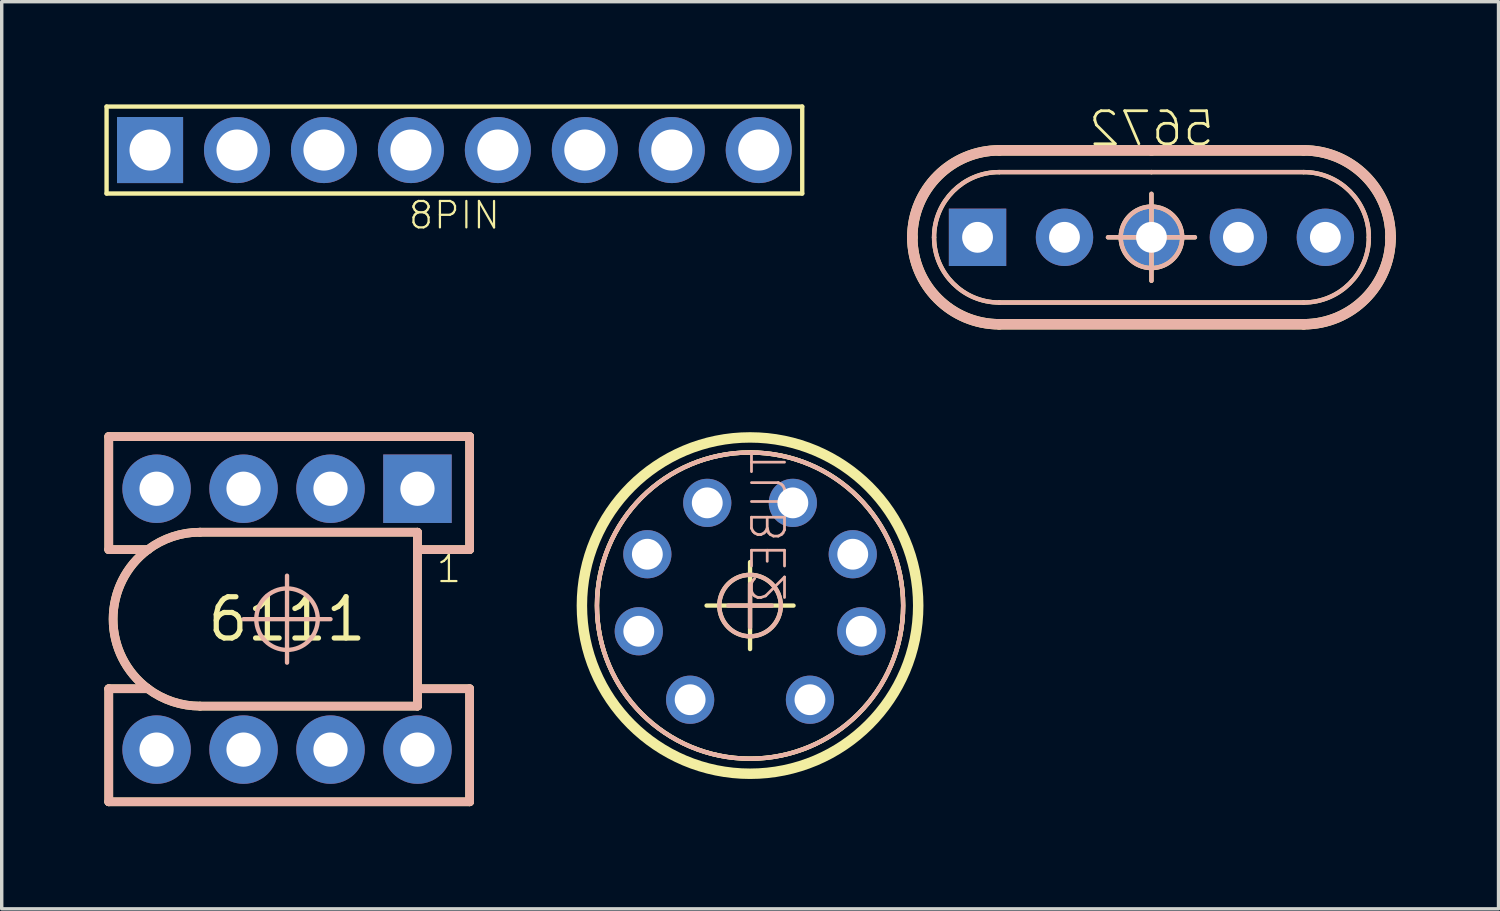
<source format=kicad_pcb>
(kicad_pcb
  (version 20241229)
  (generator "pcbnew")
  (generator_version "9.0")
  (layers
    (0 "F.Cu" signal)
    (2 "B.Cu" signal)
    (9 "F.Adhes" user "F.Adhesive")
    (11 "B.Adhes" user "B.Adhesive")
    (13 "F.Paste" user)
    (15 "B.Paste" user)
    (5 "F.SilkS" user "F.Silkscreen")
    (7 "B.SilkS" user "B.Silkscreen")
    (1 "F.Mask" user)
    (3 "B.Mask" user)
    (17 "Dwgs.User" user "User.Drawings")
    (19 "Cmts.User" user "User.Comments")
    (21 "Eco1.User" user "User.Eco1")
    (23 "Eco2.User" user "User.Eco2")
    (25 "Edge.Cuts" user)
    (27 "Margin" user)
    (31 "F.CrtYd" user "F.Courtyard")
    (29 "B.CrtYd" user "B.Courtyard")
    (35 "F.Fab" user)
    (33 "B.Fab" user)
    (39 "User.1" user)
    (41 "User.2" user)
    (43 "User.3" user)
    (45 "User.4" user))
  (footprint "8PIN"
    (layer "F.Cu")
    (at 1.333 1.333)
    (property "Reference" "8PIN" (at 8.89 1.905 0) (layer "F.SilkS") (effects (font (size 0.772 0.772) (thickness 0.065))))
    (attr through_hole)
    (fp_line (start -1.27 -1.27) (end 19.05 -1.27) (stroke (width 0.127) (type solid)) (layer "F.SilkS"))
    (fp_line (start -1.27 1.27) (end -1.27 -1.27) (stroke (width 0.127) (type solid)) (layer "F.SilkS"))
    (fp_line (start 19.05 -1.27) (end 19.05 1.27) (stroke (width 0.127) (type solid)) (layer "F.SilkS"))
    (fp_line (start 19.05 1.27) (end -1.27 1.27) (stroke (width 0.127) (type solid)) (layer "F.SilkS"))
    (pad "P$1" thru_hole rect (at 0 0) (size 1.93 1.93) (drill 1.2) (layers "*.Cu" "*.Mask"))
    (pad "P$2" thru_hole oval (at 2.54 0) (size 1.93 1.93) (drill 1.2) (layers "*.Cu" "*.Mask"))
    (pad "P$3" thru_hole oval (at 5.08 0) (size 1.93 1.93) (drill 1.2) (layers "*.Cu" "*.Mask"))
    (pad "P$4" thru_hole oval (at 7.62 0) (size 1.93 1.93) (drill 1.2) (layers "*.Cu" "*.Mask"))
    (pad "P$5" thru_hole oval (at 10.16 0) (size 1.93 1.93) (drill 1.2) (layers "*.Cu" "*.Mask"))
    (pad "P$6" thru_hole oval (at 12.7 0) (size 1.93 1.93) (drill 1.2) (layers "*.Cu" "*.Mask"))
    (pad "P$7" thru_hole oval (at 15.24 0) (size 1.93 1.93) (drill 1.2) (layers "*.Cu" "*.Mask"))
    (pad "P$8" thru_hole oval (at 17.78 0) (size 1.93 1.93) (drill 1.2) (layers "*.Cu" "*.Mask")))
  (footprint "5672"
    (layer "F.Cu")
    (at 30.584 3.882)
    (property "Reference" "5672" (at 0 -3.175 0) (layer "F.SilkS") (effects (font (size 0.965 0.965) (thickness 0.081)) (justify mirror)))
    (attr through_hole)
    (fp_line (start -4.445 -2.54) (end 0 -2.54) (stroke (width 0.305) (type solid)) (layer "F.SilkS"))
    (fp_line (start -4.445 -1.905) (end 0 -1.905) (stroke (width 0.127) (type solid)) (layer "F.SilkS"))
    (fp_line (start 0 -2.54) (end 4.445 -2.54) (stroke (width 0.305) (type solid)) (layer "F.SilkS"))
    (fp_line (start 0 -1.905) (end 4.445 -1.905) (stroke (width 0.127) (type solid)) (layer "F.SilkS"))
    (fp_line (start 0 -1.27) (end 0 1.27) (stroke (width 0.127) (type solid)) (layer "F.SilkS"))
    (fp_line (start 1.27 0) (end -1.27 0) (stroke (width 0.127) (type solid)) (layer "F.SilkS"))
    (fp_line (start 4.445 1.905) (end -4.445 1.905) (stroke (width 0.127) (type solid)) (layer "F.SilkS"))
    (fp_line (start 4.445 2.54) (end -4.445 2.54) (stroke (width 0.305) (type solid)) (layer "F.SilkS"))
    (fp_arc (start -6.985 0) (mid -6.241051 -1.796051) (end -4.445 -2.54) (stroke (width 0.3048) (type solid)) (layer "F.SilkS"))
    (fp_arc (start -6.35 0) (mid -5.792038 -1.347038) (end -4.445 -1.905) (stroke (width 0.127) (type solid)) (layer "F.SilkS"))
    (fp_arc (start -4.445 1.905) (mid -5.792038 1.347038) (end -6.35 0) (stroke (width 0.127) (type solid)) (layer "F.SilkS"))
    (fp_arc (start -4.445 2.54) (mid -6.241051 1.796051) (end -6.985 0) (stroke (width 0.3048) (type solid)) (layer "F.SilkS"))
    (fp_arc (start 4.445 -2.54) (mid 6.241051 -1.796051) (end 6.985 0) (stroke (width 0.3048) (type solid)) (layer "F.SilkS"))
    (fp_arc (start 4.445 -1.905) (mid 5.792038 -1.347038) (end 6.35 0) (stroke (width 0.127) (type solid)) (layer "F.SilkS"))
    (fp_arc (start 6.35 0) (mid 5.792038 1.347038) (end 4.445 1.905) (stroke (width 0.127) (type solid)) (layer "F.SilkS"))
    (fp_arc (start 6.985 0) (mid 6.241051 1.796051) (end 4.445 2.54) (stroke (width 0.3048) (type solid)) (layer "F.SilkS"))
    (fp_circle (center 0 0) (end 0.898 0) (stroke (width 0.127) (type solid)) (fill no) (layer "F.SilkS"))
    (fp_line (start -4.445 -1.905) (end 0 -1.905) (stroke (width 0.127) (type solid)) (layer "B.SilkS"))
    (fp_line (start -4.445 2.54) (end 4.445 2.54) (stroke (width 0.305) (type solid)) (layer "B.SilkS"))
    (fp_line (start -1.27 0) (end 1.27 0) (stroke (width 0.127) (type solid)) (layer "B.SilkS"))
    (fp_line (start 0 -2.54) (end -4.445 -2.54) (stroke (width 0.305) (type solid)) (layer "B.SilkS"))
    (fp_line (start 0 -1.905) (end 4.445 -1.905) (stroke (width 0.127) (type solid)) (layer "B.SilkS"))
    (fp_line (start 0 -1.27) (end 0 1.27) (stroke (width 0.127) (type solid)) (layer "B.SilkS"))
    (fp_line (start 4.445 -2.54) (end 0 -2.54) (stroke (width 0.305) (type solid)) (layer "B.SilkS"))
    (fp_line (start 4.445 1.905) (end -4.445 1.905) (stroke (width 0.127) (type solid)) (layer "B.SilkS"))
    (fp_arc (start -6.985 0) (mid -6.241051 -1.796051) (end -4.445 -2.54) (stroke (width 0.3048) (type solid)) (layer "B.SilkS"))
    (fp_arc (start -6.35 0) (mid -5.792038 -1.347038) (end -4.445 -1.905) (stroke (width 0.127) (type solid)) (layer "B.SilkS"))
    (fp_arc (start -4.445 1.905) (mid -5.792038 1.347038) (end -6.35 0) (stroke (width 0.127) (type solid)) (layer "B.SilkS"))
    (fp_arc (start -4.445 2.54) (mid -6.241051 1.796051) (end -6.985 0) (stroke (width 0.3048) (type solid)) (layer "B.SilkS"))
    (fp_arc (start 4.445 -2.54) (mid 6.241051 -1.796051) (end 6.985 0) (stroke (width 0.3048) (type solid)) (layer "B.SilkS"))
    (fp_arc (start 4.445 -1.905) (mid 5.792038 -1.347038) (end 6.35 0) (stroke (width 0.127) (type solid)) (layer "B.SilkS"))
    (fp_arc (start 6.35 0) (mid 5.792038 1.347038) (end 4.445 1.905) (stroke (width 0.127) (type solid)) (layer "B.SilkS"))
    (fp_arc (start 6.985 0) (mid 6.241051 1.796051) (end 4.445 2.54) (stroke (width 0.3048) (type solid)) (layer "B.SilkS"))
    (fp_circle (center 0 0) (end 0.898 0) (stroke (width 0.127) (type solid)) (fill no) (layer "B.SilkS"))
    (pad "P$1" thru_hole rect (at -5.08 0) (size 1.676 1.676) (drill 0.9) (layers "*.Cu" "*.Mask"))
    (pad "P$2" thru_hole oval (at -2.54 0) (size 1.676 1.676) (drill 0.9) (layers "*.Cu" "*.Mask"))
    (pad "P$3" thru_hole oval (at 0 0) (size 1.676 1.676) (drill 0.9) (layers "*.Cu" "*.Mask"))
    (pad "P$4" thru_hole oval (at 2.54 0) (size 1.676 1.676) (drill 0.9) (layers "*.Cu" "*.Mask"))
    (pad "P$5" thru_hole oval (at 5.08 0) (size 1.676 1.676) (drill 0.9) (layers "*.Cu" "*.Mask")))
  (footprint "6111"
    (layer "F.Cu")
    (at 5.334 15.036)
    (property "Reference" "6111" (at 0 0 0) (layer "F.SilkS") (effects (font (size 1.206 1.206) (thickness 0.152))))
    (attr through_hole)
    (fp_line (start -5.207 -5.334) (end 5.334 -5.334) (stroke (width 0.254) (type solid)) (layer "F.SilkS"))
    (fp_line (start -5.207 -2.032) (end -5.207 -5.334) (stroke (width 0.254) (type solid)) (layer "F.SilkS"))
    (fp_line (start -5.207 2.032) (end -4.064 2.032) (stroke (width 0.254) (type solid)) (layer "F.SilkS"))
    (fp_line (start -5.207 5.334) (end -5.207 2.032) (stroke (width 0.254) (type solid)) (layer "F.SilkS"))
    (fp_line (start -4.064 -2.032) (end -5.207 -2.032) (stroke (width 0.254) (type solid)) (layer "F.SilkS"))
    (fp_line (start -2.54 -2.54) (end 3.81 -2.54) (stroke (width 0.254) (type solid)) (layer "F.SilkS"))
    (fp_line (start 3.81 -2.54) (end 3.81 -2.032) (stroke (width 0.254) (type solid)) (layer "F.SilkS"))
    (fp_line (start 3.81 -2.032) (end 3.81 2.032) (stroke (width 0.254) (type solid)) (layer "F.SilkS"))
    (fp_line (start 3.81 -2.032) (end 5.334 -2.032) (stroke (width 0.254) (type solid)) (layer "F.SilkS"))
    (fp_line (start 3.81 2.032) (end 3.81 2.54) (stroke (width 0.254) (type solid)) (layer "F.SilkS"))
    (fp_line (start 3.81 2.032) (end 5.334 2.032) (stroke (width 0.254) (type solid)) (layer "F.SilkS"))
    (fp_line (start 3.81 2.54) (end -2.54 2.54) (stroke (width 0.254) (type solid)) (layer "F.SilkS"))
    (fp_line (start 5.334 -5.334) (end 5.334 -2.032) (stroke (width 0.254) (type solid)) (layer "F.SilkS"))
    (fp_line (start 5.334 2.032) (end 5.334 5.334) (stroke (width 0.254) (type solid)) (layer "F.SilkS"))
    (fp_line (start 5.334 5.334) (end -5.207 5.334) (stroke (width 0.254) (type solid)) (layer "F.SilkS"))
    (fp_arc (start -4.064 -2.032) (mid -3.343219 -2.409656) (end -2.54 -2.54) (stroke (width 0.254) (type solid)) (layer "F.SilkS"))
    (fp_arc (start -4.064 2.032) (mid -5.08 0) (end -4.064 -2.032) (stroke (width 0.254) (type solid)) (layer "F.SilkS"))
    (fp_arc (start -2.54 2.54) (mid -3.343219 2.409656) (end -4.064 2.032) (stroke (width 0.254) (type solid)) (layer "F.SilkS"))
    (fp_line (start -5.207 -5.334) (end 5.334 -5.334) (stroke (width 0.254) (type solid)) (layer "B.SilkS"))
    (fp_line (start -5.207 -2.032) (end -5.207 -5.334) (stroke (width 0.254) (type solid)) (layer "B.SilkS"))
    (fp_line (start -5.207 2.032) (end -4.064 2.032) (stroke (width 0.254) (type solid)) (layer "B.SilkS"))
    (fp_line (start -5.207 5.334) (end -5.207 2.032) (stroke (width 0.254) (type solid)) (layer "B.SilkS"))
    (fp_line (start -4.064 -2.032) (end -5.207 -2.032) (stroke (width 0.254) (type solid)) (layer "B.SilkS"))
    (fp_line (start -2.54 -2.54) (end 3.81 -2.54) (stroke (width 0.254) (type solid)) (layer "B.SilkS"))
    (fp_line (start -1.27 0) (end 1.27 0) (stroke (width 0.127) (type solid)) (layer "B.SilkS"))
    (fp_line (start 0 -1.27) (end 0 1.27) (stroke (width 0.127) (type solid)) (layer "B.SilkS"))
    (fp_line (start 3.81 -2.54) (end 3.81 -2.032) (stroke (width 0.254) (type solid)) (layer "B.SilkS"))
    (fp_line (start 3.81 -2.032) (end 3.81 2.032) (stroke (width 0.254) (type solid)) (layer "B.SilkS"))
    (fp_line (start 3.81 -2.032) (end 5.334 -2.032) (stroke (width 0.254) (type solid)) (layer "B.SilkS"))
    (fp_line (start 3.81 2.032) (end 3.81 2.54) (stroke (width 0.254) (type solid)) (layer "B.SilkS"))
    (fp_line (start 3.81 2.032) (end 5.334 2.032) (stroke (width 0.254) (type solid)) (layer "B.SilkS"))
    (fp_line (start 3.81 2.54) (end -2.54 2.54) (stroke (width 0.254) (type solid)) (layer "B.SilkS"))
    (fp_line (start 5.334 -5.334) (end 5.334 -2.032) (stroke (width 0.254) (type solid)) (layer "B.SilkS"))
    (fp_line (start 5.334 2.032) (end 5.334 5.334) (stroke (width 0.254) (type solid)) (layer "B.SilkS"))
    (fp_line (start 5.334 5.334) (end -5.207 5.334) (stroke (width 0.254) (type solid)) (layer "B.SilkS"))
    (fp_arc (start -4.064 -2.032) (mid -3.343219 -2.409656) (end -2.54 -2.54) (stroke (width 0.254) (type solid)) (layer "B.SilkS"))
    (fp_arc (start -4.064 2.032) (mid -5.08 0) (end -4.064 -2.032) (stroke (width 0.254) (type solid)) (layer "B.SilkS"))
    (fp_arc (start -2.54 2.54) (mid -3.343219 2.409656) (end -4.064 2.032) (stroke (width 0.254) (type solid)) (layer "B.SilkS"))
    (fp_circle (center 0 0) (end 0.898 0) (stroke (width 0.127) (type solid)) (fill no) (layer "B.SilkS"))
    (fp_text user "1" (at 4.318 -1.016 0) (layer "F.SilkS") (effects (font (size 0.772 0.772) (thickness 0.065)) (justify left bottom)))
    (pad "G1" thru_hole oval (at 1.27 -3.81 90) (size 2 2) (drill 1) (layers "*.Cu" "*.Mask"))
    (pad "G2" thru_hole oval (at 1.27 3.81 90) (size 2 2) (drill 1) (layers "*.Cu" "*.Mask"))
    (pad "H1" thru_hole oval (at -1.27 -3.81 90) (size 2 2) (drill 1) (layers "*.Cu" "*.Mask"))
    (pad "H2" thru_hole oval (at -1.27 3.81 90) (size 2 2) (drill 1) (layers "*.Cu" "*.Mask"))
    (pad "K1" thru_hole oval (at -3.81 -3.81 90) (size 2 2) (drill 1) (layers "*.Cu" "*.Mask"))
    (pad "K2" thru_hole oval (at -3.81 3.81 90) (size 2 2) (drill 1) (layers "*.Cu" "*.Mask"))
    (pad "P1" thru_hole rect (at 3.81 -3.81 90) (size 2 2) (drill 1) (layers "*.Cu" "*.Mask"))
    (pad "P2" thru_hole oval (at 3.81 3.81 90) (size 2 2) (drill 1) (layers "*.Cu" "*.Mask")))
  (footprint "TUBE2"
    (layer "F.Cu")
    (at 18.859 14.639)
    (property "Reference" "TUBE2" (at 0 0 270) (layer "B.SilkS") (effects (font (size 0.965 0.965) (thickness 0.081)) (justify right top mirror)))
    (attr through_hole)
    (fp_line (start 0 -1.27) (end 0 1.27) (stroke (width 0.127) (type solid)) (layer "F.SilkS"))
    (fp_line (start 1.27 0) (end -1.27 0) (stroke (width 0.127) (type solid)) (layer "F.SilkS"))
    (fp_circle (center 0 0) (end 0.898 0) (stroke (width 0.127) (type solid)) (fill no) (layer "F.SilkS"))
    (fp_circle (center 0 0) (end 4.472 0) (stroke (width 0.127) (type solid)) (fill no) (layer "F.SilkS"))
    (fp_circle (center 0 0) (end 4.472 0) (stroke (width 0.127) (type solid)) (fill no) (layer "F.SilkS"))
    (fp_circle (center 0 0) (end 4.912 0) (stroke (width 0.305) (type solid)) (fill no) (layer "F.SilkS"))
    (fp_line (start -0.635 0) (end 0.635 0) (stroke (width 0.127) (type solid)) (layer "B.SilkS"))
    (fp_line (start 0 -0.635) (end 0 0.635) (stroke (width 0.127) (type solid)) (layer "B.SilkS"))
    (fp_circle (center 0 0) (end 0.898 0) (stroke (width 0.127) (type solid)) (fill no) (layer "B.SilkS"))
    (fp_circle (center 0 0) (end 4.472 0) (stroke (width 0.127) (type solid)) (fill no) (layer "B.SilkS"))
    (pad "G1" thru_hole oval (at -3.25 0.75) (size 1.408 1.408) (drill 0.9) (layers "*.Cu" "*.Mask"))
    (pad "G2" thru_hole oval (at 3.25 0.75) (size 1.408 1.408) (drill 0.9) (layers "*.Cu" "*.Mask"))
    (pad "H1" thru_hole oval (at -3 -1.5) (size 1.408 1.408) (drill 0.9) (layers "*.Cu" "*.Mask"))
    (pad "H2" thru_hole oval (at 3 -1.5) (size 1.408 1.408) (drill 0.9) (layers "*.Cu" "*.Mask"))
    (pad "K1" thru_hole oval (at -1.25 -3) (size 1.408 1.408) (drill 0.9) (layers "*.Cu" "*.Mask"))
    (pad "K2" thru_hole oval (at 1.25 -3) (size 1.408 1.408) (drill 0.9) (layers "*.Cu" "*.Mask"))
    (pad "P1" thru_hole oval (at -1.75 2.75) (size 1.408 1.408) (drill 0.9) (layers "*.Cu" "*.Mask"))
    (pad "P2" thru_hole oval (at 1.75 2.75) (size 1.408 1.408) (drill 0.9) (layers "*.Cu" "*.Mask")))
  (gr_rect
    (start -3 -3)
    (end 40.722 23.497)
    (stroke (width 0.1) (type default))
    (fill no)
    (layer "Edge.Cuts")))
</source>
